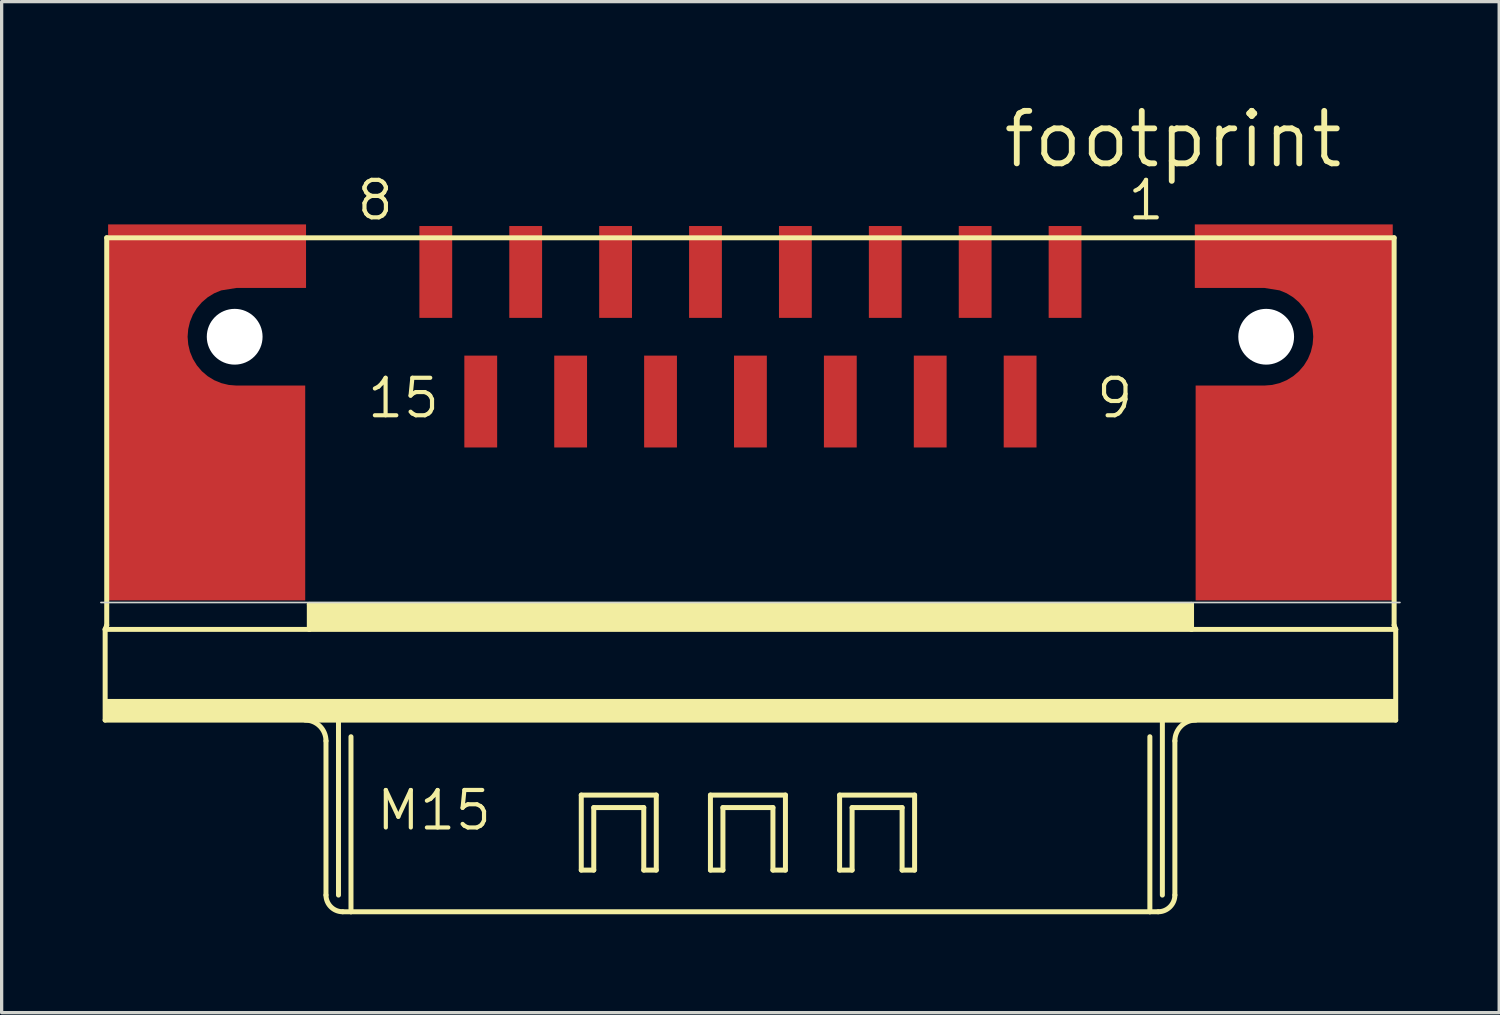
<source format=kicad_pcb>
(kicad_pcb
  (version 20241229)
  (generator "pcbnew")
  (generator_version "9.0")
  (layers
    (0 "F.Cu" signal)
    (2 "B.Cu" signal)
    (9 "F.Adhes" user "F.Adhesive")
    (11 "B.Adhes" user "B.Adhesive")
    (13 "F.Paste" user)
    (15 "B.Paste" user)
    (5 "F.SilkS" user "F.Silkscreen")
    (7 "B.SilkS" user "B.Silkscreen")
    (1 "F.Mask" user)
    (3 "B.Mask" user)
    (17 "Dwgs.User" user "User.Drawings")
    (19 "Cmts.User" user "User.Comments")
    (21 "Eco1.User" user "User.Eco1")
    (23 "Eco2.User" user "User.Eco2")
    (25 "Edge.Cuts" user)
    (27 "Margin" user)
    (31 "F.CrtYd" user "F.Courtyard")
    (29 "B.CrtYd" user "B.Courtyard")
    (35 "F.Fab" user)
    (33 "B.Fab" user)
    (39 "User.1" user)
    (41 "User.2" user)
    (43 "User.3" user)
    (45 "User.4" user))
  (footprint "footprint"
    (layer "F.Cu")
    (at 19.823 7.214)
    (property "Reference" "footprint" (at 7.62 -5.08 0) (layer "F.SilkS") (effects (font (size 1.6 1.6) (thickness 0.178)) (justify left bottom)))
    (fp_poly (pts (xy -13.545 -1.488) (xy -15.66 -1.488) (xy -16.131 -1.413) (xy -16.343 -1.325) (xy -16.542 -1.203) (xy -16.719 -1.052) (xy -16.871 -0.874) (xy -16.993 -0.675) (xy -17.082 -0.46) (xy -17.136 -0.233) (xy -17.155 0) (xy -17.136 0.233) (xy -17.082 0.46) (xy -16.993 0.675) (xy -16.871 0.874) (xy -16.719 1.052) (xy -16.542 1.203) (xy -16.343 1.325) (xy -16.127 1.414) (xy -15.9 1.469) (xy -15.664 1.488) (xy -13.57 1.488) (xy -13.57 8.037) (xy -19.578 8.037) (xy -19.578 -3.425) (xy -13.545 -3.425)) (stroke (width 0) (type solid)) (fill yes) (layer "F.Cu"))
    (fp_poly (pts (xy 19.578 8.037) (xy 13.57 8.037) (xy 13.57 1.488) (xy 15.664 1.488) (xy 15.9 1.469) (xy 16.127 1.414) (xy 16.343 1.325) (xy 16.542 1.203) (xy 16.719 1.052) (xy 16.871 0.874) (xy 16.993 0.675) (xy 17.082 0.46) (xy 17.136 0.233) (xy 17.155 0) (xy 17.136 -0.233) (xy 17.082 -0.46) (xy 16.993 -0.675) (xy 16.871 -0.874) (xy 16.719 -1.052) (xy 16.542 -1.203) (xy 16.343 -1.325) (xy 16.131 -1.413) (xy 15.66 -1.488) (xy 13.545 -1.488) (xy 13.545 -3.425) (xy 19.578 -3.425)) (stroke (width 0) (type solid)) (fill yes) (layer "F.Cu"))
    (fp_line (start -19.668 8.92) (end -19.62 8.793) (stroke (width 0.152) (type solid)) (layer "F.SilkS"))
    (fp_line (start -19.668 11.684) (end -19.668 8.92) (stroke (width 0.152) (type solid)) (layer "F.SilkS"))
    (fp_line (start -19.62 -3.016) (end -19.62 8.793) (stroke (width 0.152) (type solid)) (layer "F.SilkS"))
    (fp_line (start -13.445 8.92) (end -19.668 8.92) (stroke (width 0.152) (type solid)) (layer "F.SilkS"))
    (fp_line (start -13.445 8.92) (end -13.445 8.158) (stroke (width 0.152) (type solid)) (layer "F.SilkS"))
    (fp_line (start -12.937 12.319) (end -12.937 17.018) (stroke (width 0.152) (type solid)) (layer "F.SilkS"))
    (fp_line (start -12.556 11.684) (end -19.668 11.684) (stroke (width 0.152) (type solid)) (layer "F.SilkS"))
    (fp_line (start -12.556 11.684) (end -12.556 17.018) (stroke (width 0.152) (type solid)) (layer "F.SilkS"))
    (fp_line (start -12.175 12.192) (end -12.175 17.526) (stroke (width 0.152) (type solid)) (layer "F.SilkS"))
    (fp_line (start -12.175 17.526) (end -12.429 17.526) (stroke (width 0.152) (type solid)) (layer "F.SilkS"))
    (fp_line (start -5.156 13.97) (end -2.87 13.97) (stroke (width 0.152) (type solid)) (layer "F.SilkS"))
    (fp_line (start -5.156 16.256) (end -5.156 13.97) (stroke (width 0.152) (type solid)) (layer "F.SilkS"))
    (fp_line (start -4.775 14.351) (end -4.775 16.256) (stroke (width 0.152) (type solid)) (layer "F.SilkS"))
    (fp_line (start -4.775 16.256) (end -5.156 16.256) (stroke (width 0.152) (type solid)) (layer "F.SilkS"))
    (fp_line (start -3.251 14.351) (end -4.775 14.351) (stroke (width 0.152) (type solid)) (layer "F.SilkS"))
    (fp_line (start -3.251 16.256) (end -3.251 14.351) (stroke (width 0.152) (type solid)) (layer "F.SilkS"))
    (fp_line (start -2.87 13.97) (end -2.87 16.256) (stroke (width 0.152) (type solid)) (layer "F.SilkS"))
    (fp_line (start -2.87 16.256) (end -3.251 16.256) (stroke (width 0.152) (type solid)) (layer "F.SilkS"))
    (fp_line (start -1.219 13.97) (end 1.067 13.97) (stroke (width 0.152) (type solid)) (layer "F.SilkS"))
    (fp_line (start -1.219 16.256) (end -1.219 13.97) (stroke (width 0.152) (type solid)) (layer "F.SilkS"))
    (fp_line (start -0.838 14.351) (end -0.838 16.256) (stroke (width 0.152) (type solid)) (layer "F.SilkS"))
    (fp_line (start -0.838 16.256) (end -1.219 16.256) (stroke (width 0.152) (type solid)) (layer "F.SilkS"))
    (fp_line (start 0.686 14.351) (end -0.838 14.351) (stroke (width 0.152) (type solid)) (layer "F.SilkS"))
    (fp_line (start 0.686 16.256) (end 0.686 14.351) (stroke (width 0.152) (type solid)) (layer "F.SilkS"))
    (fp_line (start 1.067 13.97) (end 1.067 16.256) (stroke (width 0.152) (type solid)) (layer "F.SilkS"))
    (fp_line (start 1.067 16.256) (end 0.686 16.256) (stroke (width 0.152) (type solid)) (layer "F.SilkS"))
    (fp_line (start 2.718 13.97) (end 5.004 13.97) (stroke (width 0.152) (type solid)) (layer "F.SilkS"))
    (fp_line (start 2.718 16.256) (end 2.718 13.97) (stroke (width 0.152) (type solid)) (layer "F.SilkS"))
    (fp_line (start 3.099 14.351) (end 3.099 16.256) (stroke (width 0.152) (type solid)) (layer "F.SilkS"))
    (fp_line (start 3.099 16.256) (end 2.718 16.256) (stroke (width 0.152) (type solid)) (layer "F.SilkS"))
    (fp_line (start 4.623 14.351) (end 3.099 14.351) (stroke (width 0.152) (type solid)) (layer "F.SilkS"))
    (fp_line (start 4.623 16.256) (end 4.623 14.351) (stroke (width 0.152) (type solid)) (layer "F.SilkS"))
    (fp_line (start 5.004 13.97) (end 5.004 16.256) (stroke (width 0.152) (type solid)) (layer "F.SilkS"))
    (fp_line (start 5.004 16.256) (end 4.623 16.256) (stroke (width 0.152) (type solid)) (layer "F.SilkS"))
    (fp_line (start 12.175 12.192) (end 12.175 17.526) (stroke (width 0.152) (type solid)) (layer "F.SilkS"))
    (fp_line (start 12.175 17.526) (end -12.175 17.526) (stroke (width 0.152) (type solid)) (layer "F.SilkS"))
    (fp_line (start 12.429 17.526) (end 12.175 17.526) (stroke (width 0.152) (type solid)) (layer "F.SilkS"))
    (fp_line (start 12.556 11.684) (end -12.556 11.684) (stroke (width 0.152) (type solid)) (layer "F.SilkS"))
    (fp_line (start 12.556 11.684) (end 12.556 17.018) (stroke (width 0.152) (type solid)) (layer "F.SilkS"))
    (fp_line (start 12.937 12.319) (end 12.937 17.018) (stroke (width 0.152) (type solid)) (layer "F.SilkS"))
    (fp_line (start 13.445 8.158) (end -13.445 8.158) (stroke (width 0.152) (type solid)) (layer "F.SilkS"))
    (fp_line (start 13.445 8.92) (end -13.445 8.92) (stroke (width 0.152) (type solid)) (layer "F.SilkS"))
    (fp_line (start 13.445 8.92) (end 13.445 8.158) (stroke (width 0.152) (type solid)) (layer "F.SilkS"))
    (fp_line (start 19.62 -3.016) (end -19.62 -3.016) (stroke (width 0.152) (type solid)) (layer "F.SilkS"))
    (fp_line (start 19.62 -3.016) (end 19.62 8.793) (stroke (width 0.152) (type solid)) (layer "F.SilkS"))
    (fp_line (start 19.668 8.92) (end 13.445 8.92) (stroke (width 0.152) (type solid)) (layer "F.SilkS"))
    (fp_line (start 19.668 8.92) (end 19.62 8.793) (stroke (width 0.152) (type solid)) (layer "F.SilkS"))
    (fp_line (start 19.668 8.92) (end 19.668 11.684) (stroke (width 0.152) (type solid)) (layer "F.SilkS"))
    (fp_line (start 19.668 11.684) (end 12.556 11.684) (stroke (width 0.152) (type solid)) (layer "F.SilkS"))
    (fp_arc (start -13.572 11.684) (mid -13.122987 11.869987) (end -12.937 12.319) (stroke (width 0.1524) (type solid)) (layer "F.SilkS"))
    (fp_arc (start -12.429 17.526) (mid -12.78821 17.37721) (end -12.937 17.018) (stroke (width 0.1524) (type solid)) (layer "F.SilkS"))
    (fp_arc (start 12.937 12.319) (mid 13.122987 11.869987) (end 13.572 11.684) (stroke (width 0.1524) (type solid)) (layer "F.SilkS"))
    (fp_arc (start 12.937 17.018) (mid 12.78821 17.37721) (end 12.429 17.526) (stroke (width 0.1524) (type solid)) (layer "F.SilkS"))
    (fp_poly (pts (xy -19.65 11.684) (xy 19.675 11.684) (xy 19.675 11.04) (xy -19.65 11.04)) (stroke (width 0) (type solid)) (fill yes) (layer "F.SilkS"))
    (fp_poly (pts (xy -13.45 8.92) (xy 13.425 8.92) (xy 13.425 8.158) (xy -13.45 8.158)) (stroke (width 0) (type solid)) (fill yes) (layer "F.SilkS"))
    (fp_line (start -19.797 8.1) (end 19.797 8.1) (stroke (width 0.05) (type solid)) (layer "Edge.Cuts"))
    (fp_text user "8" (at -12.065 -3.493 0) (layer "F.SilkS") (effects (font (size 1.143 1.143) (thickness 0.127)) (justify left bottom)))
    (fp_text user "M15" (at -11.469 15.104 0) (layer "F.SilkS") (effects (font (size 1.143 1.143) (thickness 0.127)) (justify left bottom)))
    (fp_text user "9" (at 10.477 2.54 0) (layer "F.SilkS") (effects (font (size 1.143 1.143) (thickness 0.127)) (justify left bottom)))
    (fp_text user "15" (at -11.748 2.54 0) (layer "F.SilkS") (effects (font (size 1.143 1.143) (thickness 0.127)) (justify left bottom)))
    (fp_text user "1" (at 11.43 -3.493 0) (layer "F.SilkS") (effects (font (size 1.143 1.143) (thickness 0.127)) (justify left bottom)))
    (pad "" np_thru_hole circle (at -15.72 0) (size 1.7 1.7) (drill 1.7) (layers "*.Cu" "*.Mask"))
    (pad "" np_thru_hole circle (at 15.72 0) (size 1.7 1.7) (drill 1.7) (layers "*.Cu" "*.Mask"))
    (pad "1" smd rect (at 9.59 -1.975) (size 1 2.8) (layers "F.Cu" "F.Mask" "F.Paste"))
    (pad "2" smd rect (at 6.85 -1.975) (size 1 2.8) (layers "F.Cu" "F.Mask" "F.Paste"))
    (pad "3" smd rect (at 4.11 -1.975) (size 1 2.8) (layers "F.Cu" "F.Mask" "F.Paste"))
    (pad "4" smd rect (at 1.37 -1.975) (size 1 2.8) (layers "F.Cu" "F.Mask" "F.Paste"))
    (pad "5" smd rect (at -1.37 -1.975) (size 1 2.8) (layers "F.Cu" "F.Mask" "F.Paste"))
    (pad "6" smd rect (at -4.11 -1.975) (size 1 2.8) (layers "F.Cu" "F.Mask" "F.Paste"))
    (pad "7" smd rect (at -6.85 -1.975) (size 1 2.8) (layers "F.Cu" "F.Mask" "F.Paste"))
    (pad "8" smd rect (at -9.59 -1.975) (size 1 2.8) (layers "F.Cu" "F.Mask" "F.Paste"))
    (pad "9" smd rect (at 8.22 1.975) (size 1 2.8) (layers "F.Cu" "F.Mask" "F.Paste"))
    (pad "10" smd rect (at 5.48 1.975) (size 1 2.8) (layers "F.Cu" "F.Mask" "F.Paste"))
    (pad "11" smd rect (at 2.74 1.975) (size 1 2.8) (layers "F.Cu" "F.Mask" "F.Paste"))
    (pad "12" smd rect (at 0 1.975) (size 1 2.8) (layers "F.Cu" "F.Mask" "F.Paste"))
    (pad "13" smd rect (at -2.74 1.975) (size 1 2.8) (layers "F.Cu" "F.Mask" "F.Paste"))
    (pad "14" smd rect (at -5.48 1.975) (size 1 2.8) (layers "F.Cu" "F.Mask" "F.Paste"))
    (pad "15" smd rect (at -8.22 1.975) (size 1 2.8) (layers "F.Cu" "F.Mask" "F.Paste"))
    (pad "S@1" smd rect (at 16.595 2.65) (size 1 1) (layers "F.Cu" "F.Mask" "F.Paste"))
    (pad "S@2" smd rect (at -16.595 2.625) (size 1 1) (layers "F.Cu" "F.Mask" "F.Paste")))
  (gr_rect
    (start -3 -3)
    (end 42.645 27.816)
    (stroke (width 0.1) (type default))
    (fill no)
    (layer "Edge.Cuts")))
</source>
